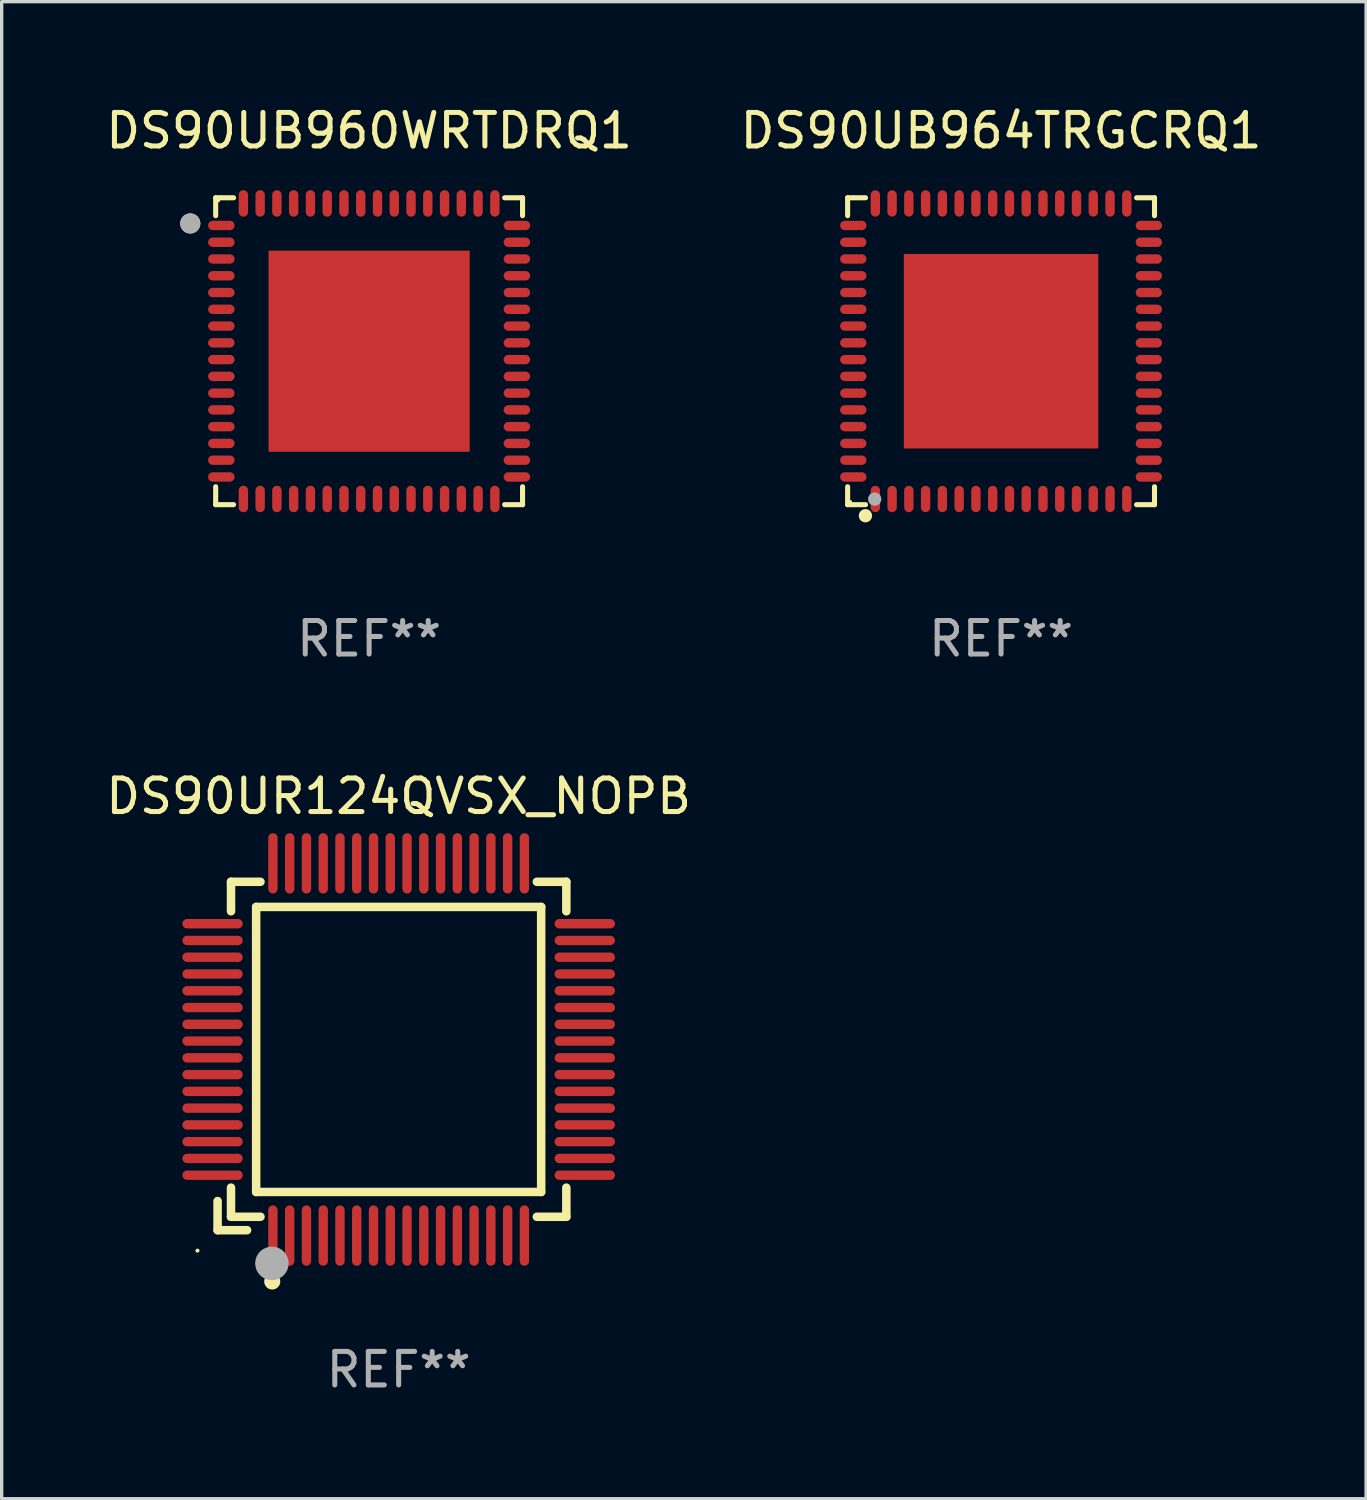
<source format=kicad_pcb>
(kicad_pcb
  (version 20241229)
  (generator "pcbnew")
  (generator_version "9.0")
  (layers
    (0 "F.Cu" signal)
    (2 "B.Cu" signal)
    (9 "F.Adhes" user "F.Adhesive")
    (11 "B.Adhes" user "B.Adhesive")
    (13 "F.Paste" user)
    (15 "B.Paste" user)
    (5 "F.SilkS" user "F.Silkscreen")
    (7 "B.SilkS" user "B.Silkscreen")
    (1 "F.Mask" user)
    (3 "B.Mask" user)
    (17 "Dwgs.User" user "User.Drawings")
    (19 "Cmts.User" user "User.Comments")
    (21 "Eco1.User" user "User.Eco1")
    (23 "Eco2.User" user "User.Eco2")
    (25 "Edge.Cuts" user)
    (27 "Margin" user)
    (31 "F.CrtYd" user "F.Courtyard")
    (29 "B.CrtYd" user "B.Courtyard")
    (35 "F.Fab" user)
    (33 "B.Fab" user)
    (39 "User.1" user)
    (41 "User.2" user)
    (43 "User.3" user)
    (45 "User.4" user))
  (footprint "DS90UR124QVSX_NOPB"
    (layer "F.Cu")
    (at 8.839 28.247)
    (property "Reference" "DS90UR124QVSX_NOPB" (at 0 -7.55 0) (layer "F.SilkS") (effects (font (size 1 1) (thickness 0.15))))
    (attr through_hole)
    (fp_line (start -5.4 4.521) (end -5.4 5.39) (stroke (width 0.254) (type solid)) (layer "F.SilkS"))
    (fp_line (start -5.4 5.39) (end -4.521 5.39) (stroke (width 0.254) (type solid)) (layer "F.SilkS"))
    (fp_line (start -5 -5) (end -5 -4.121) (stroke (width 0.254) (type solid)) (layer "F.SilkS"))
    (fp_line (start -5 4.121) (end -5 4.99) (stroke (width 0.254) (type solid)) (layer "F.SilkS"))
    (fp_line (start -5 4.99) (end -4.121 4.99) (stroke (width 0.254) (type solid)) (layer "F.SilkS"))
    (fp_line (start -4.25 -4.25) (end -4.25 4.25) (stroke (width 0.254) (type solid)) (layer "F.SilkS"))
    (fp_line (start -4.25 4.25) (end 4.25 4.25) (stroke (width 0.254) (type solid)) (layer "F.SilkS"))
    (fp_line (start -4.121 -5) (end -5 -5) (stroke (width 0.254) (type solid)) (layer "F.SilkS"))
    (fp_line (start 4.121 4.99) (end 5 4.99) (stroke (width 0.254) (type solid)) (layer "F.SilkS"))
    (fp_line (start 4.25 -4.25) (end -4.25 -4.25) (stroke (width 0.254) (type solid)) (layer "F.SilkS"))
    (fp_line (start 4.25 4.25) (end 4.25 -4.25) (stroke (width 0.254) (type solid)) (layer "F.SilkS"))
    (fp_line (start 5 -5) (end 4.121 -5) (stroke (width 0.254) (type solid)) (layer "F.SilkS"))
    (fp_line (start 5 -4.121) (end 5 -5) (stroke (width 0.254) (type solid)) (layer "F.SilkS"))
    (fp_line (start 5 4.99) (end 5 4.121) (stroke (width 0.254) (type solid)) (layer "F.SilkS"))
    (fp_circle (center -6 6) (end -5.97 6) (stroke (width 0.06) (type solid)) (fill no) (layer "F.SilkS"))
    (fp_circle (center -3.77 6.92) (end -3.65 6.92) (stroke (width 0.24) (type solid)) (fill no) (layer "F.SilkS"))
    (fp_circle (center -3.78 6.38) (end -3.53 6.38) (stroke (width 0.5) (type solid)) (fill no) (layer "F.Fab"))
    (fp_text user "REF**" (at 0 9.55 0) (layer "F.Fab") (effects (font (size 1 1) (thickness 0.15))))
    (pad "1" smd oval (at -3.75 5.55) (size 0.28 1.8) (layers "F.Cu" "F.Mask" "F.Paste"))
    (pad "2" smd oval (at -3.25 5.55) (size 0.28 1.8) (layers "F.Cu" "F.Mask" "F.Paste"))
    (pad "3" smd oval (at -2.75 5.55) (size 0.28 1.8) (layers "F.Cu" "F.Mask" "F.Paste"))
    (pad "4" smd oval (at -2.25 5.55) (size 0.28 1.8) (layers "F.Cu" "F.Mask" "F.Paste"))
    (pad "5" smd oval (at -1.75 5.55) (size 0.28 1.8) (layers "F.Cu" "F.Mask" "F.Paste"))
    (pad "6" smd oval (at -1.25 5.55) (size 0.28 1.8) (layers "F.Cu" "F.Mask" "F.Paste"))
    (pad "7" smd oval (at -0.75 5.55) (size 0.28 1.8) (layers "F.Cu" "F.Mask" "F.Paste"))
    (pad "8" smd oval (at -0.25 5.55) (size 0.28 1.8) (layers "F.Cu" "F.Mask" "F.Paste"))
    (pad "9" smd oval (at 0.25 5.55) (size 0.28 1.8) (layers "F.Cu" "F.Mask" "F.Paste"))
    (pad "10" smd oval (at 0.75 5.55) (size 0.28 1.8) (layers "F.Cu" "F.Mask" "F.Paste"))
    (pad "11" smd oval (at 1.25 5.55) (size 0.28 1.8) (layers "F.Cu" "F.Mask" "F.Paste"))
    (pad "12" smd oval (at 1.75 5.55) (size 0.28 1.8) (layers "F.Cu" "F.Mask" "F.Paste"))
    (pad "13" smd oval (at 2.25 5.55) (size 0.28 1.8) (layers "F.Cu" "F.Mask" "F.Paste"))
    (pad "14" smd oval (at 2.75 5.55) (size 0.28 1.8) (layers "F.Cu" "F.Mask" "F.Paste"))
    (pad "15" smd oval (at 3.25 5.55) (size 0.28 1.8) (layers "F.Cu" "F.Mask" "F.Paste"))
    (pad "16" smd oval (at 3.75 5.55) (size 0.28 1.8) (layers "F.Cu" "F.Mask" "F.Paste"))
    (pad "17" smd oval (at 5.55 3.75) (size 1.8 0.28) (layers "F.Cu" "F.Mask" "F.Paste"))
    (pad "18" smd oval (at 5.55 3.25) (size 1.8 0.28) (layers "F.Cu" "F.Mask" "F.Paste"))
    (pad "19" smd oval (at 5.55 2.75) (size 1.8 0.28) (layers "F.Cu" "F.Mask" "F.Paste"))
    (pad "20" smd oval (at 5.55 2.25) (size 1.8 0.28) (layers "F.Cu" "F.Mask" "F.Paste"))
    (pad "21" smd oval (at 5.55 1.75) (size 1.8 0.28) (layers "F.Cu" "F.Mask" "F.Paste"))
    (pad "22" smd oval (at 5.55 1.25) (size 1.8 0.28) (layers "F.Cu" "F.Mask" "F.Paste"))
    (pad "23" smd oval (at 5.55 0.75) (size 1.8 0.28) (layers "F.Cu" "F.Mask" "F.Paste"))
    (pad "24" smd oval (at 5.55 0.25) (size 1.8 0.28) (layers "F.Cu" "F.Mask" "F.Paste"))
    (pad "25" smd oval (at 5.55 -0.25) (size 1.8 0.28) (layers "F.Cu" "F.Mask" "F.Paste"))
    (pad "26" smd oval (at 5.55 -0.75) (size 1.8 0.28) (layers "F.Cu" "F.Mask" "F.Paste"))
    (pad "27" smd oval (at 5.55 -1.25) (size 1.8 0.28) (layers "F.Cu" "F.Mask" "F.Paste"))
    (pad "28" smd oval (at 5.55 -1.75) (size 1.8 0.28) (layers "F.Cu" "F.Mask" "F.Paste"))
    (pad "29" smd oval (at 5.55 -2.25) (size 1.8 0.28) (layers "F.Cu" "F.Mask" "F.Paste"))
    (pad "30" smd oval (at 5.55 -2.75) (size 1.8 0.28) (layers "F.Cu" "F.Mask" "F.Paste"))
    (pad "31" smd oval (at 5.55 -3.25) (size 1.8 0.28) (layers "F.Cu" "F.Mask" "F.Paste"))
    (pad "32" smd oval (at 5.55 -3.75) (size 1.8 0.28) (layers "F.Cu" "F.Mask" "F.Paste"))
    (pad "33" smd oval (at 3.75 -5.55) (size 0.28 1.8) (layers "F.Cu" "F.Mask" "F.Paste"))
    (pad "34" smd oval (at 3.25 -5.55) (size 0.28 1.8) (layers "F.Cu" "F.Mask" "F.Paste"))
    (pad "35" smd oval (at 2.75 -5.55) (size 0.28 1.8) (layers "F.Cu" "F.Mask" "F.Paste"))
    (pad "36" smd oval (at 2.25 -5.55) (size 0.28 1.8) (layers "F.Cu" "F.Mask" "F.Paste"))
    (pad "37" smd oval (at 1.75 -5.55) (size 0.28 1.8) (layers "F.Cu" "F.Mask" "F.Paste"))
    (pad "38" smd oval (at 1.25 -5.55) (size 0.28 1.8) (layers "F.Cu" "F.Mask" "F.Paste"))
    (pad "39" smd oval (at 0.75 -5.55) (size 0.28 1.8) (layers "F.Cu" "F.Mask" "F.Paste"))
    (pad "40" smd oval (at 0.25 -5.55) (size 0.28 1.8) (layers "F.Cu" "F.Mask" "F.Paste"))
    (pad "41" smd oval (at -0.25 -5.55) (size 0.28 1.8) (layers "F.Cu" "F.Mask" "F.Paste"))
    (pad "42" smd oval (at -0.75 -5.55) (size 0.28 1.8) (layers "F.Cu" "F.Mask" "F.Paste"))
    (pad "43" smd oval (at -1.25 -5.55) (size 0.28 1.8) (layers "F.Cu" "F.Mask" "F.Paste"))
    (pad "44" smd oval (at -1.75 -5.55) (size 0.28 1.8) (layers "F.Cu" "F.Mask" "F.Paste"))
    (pad "45" smd oval (at -2.25 -5.55) (size 0.28 1.8) (layers "F.Cu" "F.Mask" "F.Paste"))
    (pad "46" smd oval (at -2.75 -5.55) (size 0.28 1.8) (layers "F.Cu" "F.Mask" "F.Paste"))
    (pad "47" smd oval (at -3.25 -5.55) (size 0.28 1.8) (layers "F.Cu" "F.Mask" "F.Paste"))
    (pad "48" smd oval (at -3.75 -5.55) (size 0.28 1.8) (layers "F.Cu" "F.Mask" "F.Paste"))
    (pad "49" smd oval (at -5.55 -3.75) (size 1.8 0.28) (layers "F.Cu" "F.Mask" "F.Paste"))
    (pad "50" smd oval (at -5.55 -3.25) (size 1.8 0.28) (layers "F.Cu" "F.Mask" "F.Paste"))
    (pad "51" smd oval (at -5.55 -2.75) (size 1.8 0.28) (layers "F.Cu" "F.Mask" "F.Paste"))
    (pad "52" smd oval (at -5.55 -2.25) (size 1.8 0.28) (layers "F.Cu" "F.Mask" "F.Paste"))
    (pad "53" smd oval (at -5.55 -1.75) (size 1.8 0.28) (layers "F.Cu" "F.Mask" "F.Paste"))
    (pad "54" smd oval (at -5.55 -1.25) (size 1.8 0.28) (layers "F.Cu" "F.Mask" "F.Paste"))
    (pad "55" smd oval (at -5.55 -0.75) (size 1.8 0.28) (layers "F.Cu" "F.Mask" "F.Paste"))
    (pad "56" smd oval (at -5.55 -0.25) (size 1.8 0.28) (layers "F.Cu" "F.Mask" "F.Paste"))
    (pad "57" smd oval (at -5.55 0.25) (size 1.8 0.28) (layers "F.Cu" "F.Mask" "F.Paste"))
    (pad "58" smd oval (at -5.55 0.75) (size 1.8 0.28) (layers "F.Cu" "F.Mask" "F.Paste"))
    (pad "59" smd oval (at -5.55 1.25) (size 1.8 0.28) (layers "F.Cu" "F.Mask" "F.Paste"))
    (pad "60" smd oval (at -5.55 1.75) (size 1.8 0.28) (layers "F.Cu" "F.Mask" "F.Paste"))
    (pad "61" smd oval (at -5.55 2.25) (size 1.8 0.28) (layers "F.Cu" "F.Mask" "F.Paste"))
    (pad "62" smd oval (at -5.55 2.75) (size 1.8 0.28) (layers "F.Cu" "F.Mask" "F.Paste"))
    (pad "63" smd oval (at -5.55 3.25) (size 1.8 0.28) (layers "F.Cu" "F.Mask" "F.Paste"))
    (pad "64" smd oval (at -5.55 3.75) (size 1.8 0.28) (layers "F.Cu" "F.Mask" "F.Paste")))
  (footprint "DS90UB964TRGCRQ1"
    (layer "F.Cu")
    (at 26.804 7.424)
    (property "Reference" "DS90UB964TRGCRQ1" (at 0 -6.576 0) (layer "F.SilkS") (effects (font (size 1 1) (thickness 0.15))))
    (attr through_hole)
    (fp_line (start -4.576 -4.576) (end -4.576 -4.042) (stroke (width 0.152) (type solid)) (layer "F.SilkS"))
    (fp_line (start -4.576 4.576) (end -4.576 4.042) (stroke (width 0.152) (type solid)) (layer "F.SilkS"))
    (fp_line (start -4.042 -4.576) (end -4.576 -4.576) (stroke (width 0.152) (type solid)) (layer "F.SilkS"))
    (fp_line (start -4.042 4.576) (end -4.576 4.576) (stroke (width 0.152) (type solid)) (layer "F.SilkS"))
    (fp_line (start 4.042 -4.576) (end 4.576 -4.576) (stroke (width 0.152) (type solid)) (layer "F.SilkS"))
    (fp_line (start 4.042 4.576) (end 4.576 4.576) (stroke (width 0.152) (type solid)) (layer "F.SilkS"))
    (fp_line (start 4.576 -4.576) (end 4.576 -4.042) (stroke (width 0.152) (type solid)) (layer "F.SilkS"))
    (fp_line (start 4.576 4.576) (end 4.576 4.042) (stroke (width 0.152) (type solid)) (layer "F.SilkS"))
    (fp_circle (center -4.5 4.5) (end -4.47 4.5) (stroke (width 0.06) (type solid)) (fill no) (layer "F.SilkS"))
    (fp_circle (center -4.045 4.906) (end -3.945 4.906) (stroke (width 0.2) (type solid)) (fill no) (layer "F.SilkS"))
    (fp_circle (center -3.769 4.41) (end -3.669 4.41) (stroke (width 0.2) (type solid)) (fill no) (layer "F.Fab"))
    (fp_text user "REF**" (at 0 8.576 0) (layer "F.Fab") (effects (font (size 1 1) (thickness 0.15))))
    (pad "1" smd oval (at -3.75 4.407) (size 0.28 0.785) (layers "F.Cu" "F.Mask" "F.Paste"))
    (pad "2" smd oval (at -3.25 4.407) (size 0.28 0.785) (layers "F.Cu" "F.Mask" "F.Paste"))
    (pad "3" smd oval (at -2.75 4.407) (size 0.28 0.785) (layers "F.Cu" "F.Mask" "F.Paste"))
    (pad "4" smd oval (at -2.25 4.407) (size 0.28 0.785) (layers "F.Cu" "F.Mask" "F.Paste"))
    (pad "5" smd oval (at -1.75 4.407) (size 0.28 0.785) (layers "F.Cu" "F.Mask" "F.Paste"))
    (pad "6" smd oval (at -1.25 4.407) (size 0.28 0.785) (layers "F.Cu" "F.Mask" "F.Paste"))
    (pad "7" smd oval (at -0.75 4.407) (size 0.28 0.785) (layers "F.Cu" "F.Mask" "F.Paste"))
    (pad "8" smd oval (at -0.25 4.407) (size 0.28 0.785) (layers "F.Cu" "F.Mask" "F.Paste"))
    (pad "9" smd oval (at 0.25 4.407) (size 0.28 0.785) (layers "F.Cu" "F.Mask" "F.Paste"))
    (pad "10" smd oval (at 0.75 4.407) (size 0.28 0.785) (layers "F.Cu" "F.Mask" "F.Paste"))
    (pad "11" smd oval (at 1.25 4.407) (size 0.28 0.785) (layers "F.Cu" "F.Mask" "F.Paste"))
    (pad "12" smd oval (at 1.75 4.407) (size 0.28 0.785) (layers "F.Cu" "F.Mask" "F.Paste"))
    (pad "13" smd oval (at 2.25 4.407) (size 0.28 0.785) (layers "F.Cu" "F.Mask" "F.Paste"))
    (pad "14" smd oval (at 2.75 4.407) (size 0.28 0.785) (layers "F.Cu" "F.Mask" "F.Paste"))
    (pad "15" smd oval (at 3.25 4.407) (size 0.28 0.785) (layers "F.Cu" "F.Mask" "F.Paste"))
    (pad "16" smd oval (at 3.75 4.407) (size 0.28 0.785) (layers "F.Cu" "F.Mask" "F.Paste"))
    (pad "17" smd oval (at 4.407 3.75) (size 0.785 0.28) (layers "F.Cu" "F.Mask" "F.Paste"))
    (pad "18" smd oval (at 4.407 3.25) (size 0.785 0.28) (layers "F.Cu" "F.Mask" "F.Paste"))
    (pad "19" smd oval (at 4.407 2.75) (size 0.785 0.28) (layers "F.Cu" "F.Mask" "F.Paste"))
    (pad "20" smd oval (at 4.407 2.25) (size 0.785 0.28) (layers "F.Cu" "F.Mask" "F.Paste"))
    (pad "21" smd oval (at 4.407 1.75) (size 0.785 0.28) (layers "F.Cu" "F.Mask" "F.Paste"))
    (pad "22" smd oval (at 4.407 1.25) (size 0.785 0.28) (layers "F.Cu" "F.Mask" "F.Paste"))
    (pad "23" smd oval (at 4.407 0.75) (size 0.785 0.28) (layers "F.Cu" "F.Mask" "F.Paste"))
    (pad "24" smd oval (at 4.407 0.25) (size 0.785 0.28) (layers "F.Cu" "F.Mask" "F.Paste"))
    (pad "25" smd oval (at 4.407 -0.25) (size 0.785 0.28) (layers "F.Cu" "F.Mask" "F.Paste"))
    (pad "26" smd oval (at 4.407 -0.75) (size 0.785 0.28) (layers "F.Cu" "F.Mask" "F.Paste"))
    (pad "27" smd oval (at 4.407 -1.25) (size 0.785 0.28) (layers "F.Cu" "F.Mask" "F.Paste"))
    (pad "28" smd oval (at 4.407 -1.75) (size 0.785 0.28) (layers "F.Cu" "F.Mask" "F.Paste"))
    (pad "29" smd oval (at 4.407 -2.25) (size 0.785 0.28) (layers "F.Cu" "F.Mask" "F.Paste"))
    (pad "30" smd oval (at 4.407 -2.75) (size 0.785 0.28) (layers "F.Cu" "F.Mask" "F.Paste"))
    (pad "31" smd oval (at 4.407 -3.25) (size 0.785 0.28) (layers "F.Cu" "F.Mask" "F.Paste"))
    (pad "32" smd oval (at 4.407 -3.75) (size 0.785 0.28) (layers "F.Cu" "F.Mask" "F.Paste"))
    (pad "33" smd oval (at 3.75 -4.407) (size 0.28 0.785) (layers "F.Cu" "F.Mask" "F.Paste"))
    (pad "34" smd oval (at 3.25 -4.407) (size 0.28 0.785) (layers "F.Cu" "F.Mask" "F.Paste"))
    (pad "35" smd oval (at 2.75 -4.407) (size 0.28 0.785) (layers "F.Cu" "F.Mask" "F.Paste"))
    (pad "36" smd oval (at 2.25 -4.407) (size 0.28 0.785) (layers "F.Cu" "F.Mask" "F.Paste"))
    (pad "37" smd oval (at 1.75 -4.407) (size 0.28 0.785) (layers "F.Cu" "F.Mask" "F.Paste"))
    (pad "38" smd oval (at 1.25 -4.407) (size 0.28 0.785) (layers "F.Cu" "F.Mask" "F.Paste"))
    (pad "39" smd oval (at 0.75 -4.407) (size 0.28 0.785) (layers "F.Cu" "F.Mask" "F.Paste"))
    (pad "40" smd oval (at 0.25 -4.407) (size 0.28 0.785) (layers "F.Cu" "F.Mask" "F.Paste"))
    (pad "41" smd oval (at -0.25 -4.407) (size 0.28 0.785) (layers "F.Cu" "F.Mask" "F.Paste"))
    (pad "42" smd oval (at -0.75 -4.407) (size 0.28 0.785) (layers "F.Cu" "F.Mask" "F.Paste"))
    (pad "43" smd oval (at -1.25 -4.407) (size 0.28 0.785) (layers "F.Cu" "F.Mask" "F.Paste"))
    (pad "44" smd oval (at -1.75 -4.407) (size 0.28 0.785) (layers "F.Cu" "F.Mask" "F.Paste"))
    (pad "45" smd oval (at -2.25 -4.407) (size 0.28 0.785) (layers "F.Cu" "F.Mask" "F.Paste"))
    (pad "46" smd oval (at -2.75 -4.407) (size 0.28 0.785) (layers "F.Cu" "F.Mask" "F.Paste"))
    (pad "47" smd oval (at -3.25 -4.407) (size 0.28 0.785) (layers "F.Cu" "F.Mask" "F.Paste"))
    (pad "48" smd oval (at -3.75 -4.407) (size 0.28 0.785) (layers "F.Cu" "F.Mask" "F.Paste"))
    (pad "49" smd oval (at -4.407 -3.75) (size 0.785 0.28) (layers "F.Cu" "F.Mask" "F.Paste"))
    (pad "50" smd oval (at -4.407 -3.25) (size 0.785 0.28) (layers "F.Cu" "F.Mask" "F.Paste"))
    (pad "51" smd oval (at -4.407 -2.75) (size 0.785 0.28) (layers "F.Cu" "F.Mask" "F.Paste"))
    (pad "52" smd oval (at -4.407 -2.25) (size 0.785 0.28) (layers "F.Cu" "F.Mask" "F.Paste"))
    (pad "53" smd oval (at -4.407 -1.75) (size 0.785 0.28) (layers "F.Cu" "F.Mask" "F.Paste"))
    (pad "54" smd oval (at -4.407 -1.25) (size 0.785 0.28) (layers "F.Cu" "F.Mask" "F.Paste"))
    (pad "55" smd oval (at -4.407 -0.75) (size 0.785 0.28) (layers "F.Cu" "F.Mask" "F.Paste"))
    (pad "56" smd oval (at -4.407 -0.25) (size 0.785 0.28) (layers "F.Cu" "F.Mask" "F.Paste"))
    (pad "57" smd oval (at -4.407 0.25) (size 0.785 0.28) (layers "F.Cu" "F.Mask" "F.Paste"))
    (pad "58" smd oval (at -4.407 0.75) (size 0.785 0.28) (layers "F.Cu" "F.Mask" "F.Paste"))
    (pad "59" smd oval (at -4.407 1.25) (size 0.785 0.28) (layers "F.Cu" "F.Mask" "F.Paste"))
    (pad "60" smd oval (at -4.407 1.75) (size 0.785 0.28) (layers "F.Cu" "F.Mask" "F.Paste"))
    (pad "61" smd oval (at -4.407 2.25) (size 0.785 0.28) (layers "F.Cu" "F.Mask" "F.Paste"))
    (pad "62" smd oval (at -4.407 2.75) (size 0.785 0.28) (layers "F.Cu" "F.Mask" "F.Paste"))
    (pad "63" smd oval (at -4.407 3.25) (size 0.785 0.28) (layers "F.Cu" "F.Mask" "F.Paste"))
    (pad "64" smd oval (at -4.407 3.75) (size 0.785 0.28) (layers "F.Cu" "F.Mask" "F.Paste"))
    (pad "65" smd rect (at 0 0) (size 5.8 5.8) (layers "F.Cu" "F.Mask" "F.Paste")))
  (footprint "DS90UB960WRTDRQ1"
    (layer "F.Cu")
    (at 7.958 7.424)
    (property "Reference" "DS90UB960WRTDRQ1" (at 0 -6.576 0) (layer "F.SilkS") (effects (font (size 1 1) (thickness 0.15))))
    (attr through_hole)
    (fp_line (start -4.576 -4.576) (end -4.042 -4.576) (stroke (width 0.152) (type solid)) (layer "F.SilkS"))
    (fp_line (start -4.576 -4.042) (end -4.576 -4.576) (stroke (width 0.152) (type solid)) (layer "F.SilkS"))
    (fp_line (start -4.576 4.042) (end -4.576 4.576) (stroke (width 0.152) (type solid)) (layer "F.SilkS"))
    (fp_line (start -4.576 4.576) (end -4.042 4.576) (stroke (width 0.152) (type solid)) (layer "F.SilkS"))
    (fp_line (start 4.576 -4.576) (end 4.042 -4.576) (stroke (width 0.152) (type solid)) (layer "F.SilkS"))
    (fp_line (start 4.576 -4.042) (end 4.576 -4.576) (stroke (width 0.152) (type solid)) (layer "F.SilkS"))
    (fp_line (start 4.576 4.042) (end 4.576 4.576) (stroke (width 0.152) (type solid)) (layer "F.SilkS"))
    (fp_line (start 4.576 4.576) (end 4.042 4.576) (stroke (width 0.152) (type solid)) (layer "F.SilkS"))
    (fp_circle (center -5.334 -3.81) (end -5.184 -3.81) (stroke (width 0.3) (type solid)) (fill no) (layer "F.SilkS"))
    (fp_circle (center -4.5 -4.5) (end -4.47 -4.5) (stroke (width 0.06) (type solid)) (fill no) (layer "F.SilkS"))
    (fp_circle (center -5.334 -3.81) (end -5.184 -3.81) (stroke (width 0.3) (type solid)) (fill no) (layer "F.Fab"))
    (fp_text user "REF**" (at 0 8.576 0) (layer "F.Fab") (effects (font (size 1 1) (thickness 0.15))))
    (pad "1" smd oval (at -4.407 -3.75) (size 0.79 0.28) (layers "F.Cu" "F.Mask" "F.Paste"))
    (pad "2" smd oval (at -4.407 -3.25) (size 0.79 0.28) (layers "F.Cu" "F.Mask" "F.Paste"))
    (pad "3" smd oval (at -4.407 -2.75) (size 0.79 0.28) (layers "F.Cu" "F.Mask" "F.Paste"))
    (pad "4" smd oval (at -4.407 -2.25) (size 0.79 0.28) (layers "F.Cu" "F.Mask" "F.Paste"))
    (pad "5" smd oval (at -4.407 -1.75) (size 0.79 0.28) (layers "F.Cu" "F.Mask" "F.Paste"))
    (pad "6" smd oval (at -4.407 -1.25) (size 0.79 0.28) (layers "F.Cu" "F.Mask" "F.Paste"))
    (pad "7" smd oval (at -4.407 -0.75) (size 0.79 0.28) (layers "F.Cu" "F.Mask" "F.Paste"))
    (pad "8" smd oval (at -4.407 -0.25) (size 0.79 0.28) (layers "F.Cu" "F.Mask" "F.Paste"))
    (pad "9" smd oval (at -4.407 0.25) (size 0.79 0.28) (layers "F.Cu" "F.Mask" "F.Paste"))
    (pad "10" smd oval (at -4.407 0.75) (size 0.79 0.28) (layers "F.Cu" "F.Mask" "F.Paste"))
    (pad "11" smd oval (at -4.407 1.25) (size 0.79 0.28) (layers "F.Cu" "F.Mask" "F.Paste"))
    (pad "12" smd oval (at -4.407 1.75) (size 0.79 0.28) (layers "F.Cu" "F.Mask" "F.Paste"))
    (pad "13" smd oval (at -4.407 2.25) (size 0.79 0.28) (layers "F.Cu" "F.Mask" "F.Paste"))
    (pad "14" smd oval (at -4.407 2.75) (size 0.79 0.28) (layers "F.Cu" "F.Mask" "F.Paste"))
    (pad "15" smd oval (at -4.407 3.25) (size 0.79 0.28) (layers "F.Cu" "F.Mask" "F.Paste"))
    (pad "16" smd oval (at -4.407 3.75) (size 0.79 0.28) (layers "F.Cu" "F.Mask" "F.Paste"))
    (pad "17" smd oval (at -3.75 4.407) (size 0.28 0.79) (layers "F.Cu" "F.Mask" "F.Paste"))
    (pad "18" smd oval (at -3.25 4.407) (size 0.28 0.79) (layers "F.Cu" "F.Mask" "F.Paste"))
    (pad "19" smd oval (at -2.75 4.407) (size 0.28 0.79) (layers "F.Cu" "F.Mask" "F.Paste"))
    (pad "20" smd oval (at -2.25 4.407) (size 0.28 0.79) (layers "F.Cu" "F.Mask" "F.Paste"))
    (pad "21" smd oval (at -1.75 4.407) (size 0.28 0.79) (layers "F.Cu" "F.Mask" "F.Paste"))
    (pad "22" smd oval (at -1.25 4.407) (size 0.28 0.79) (layers "F.Cu" "F.Mask" "F.Paste"))
    (pad "23" smd oval (at -0.75 4.407) (size 0.28 0.79) (layers "F.Cu" "F.Mask" "F.Paste"))
    (pad "24" smd oval (at -0.25 4.407) (size 0.28 0.79) (layers "F.Cu" "F.Mask" "F.Paste"))
    (pad "25" smd oval (at 0.25 4.407) (size 0.28 0.79) (layers "F.Cu" "F.Mask" "F.Paste"))
    (pad "26" smd oval (at 0.75 4.407) (size 0.28 0.79) (layers "F.Cu" "F.Mask" "F.Paste"))
    (pad "27" smd oval (at 1.25 4.407) (size 0.28 0.79) (layers "F.Cu" "F.Mask" "F.Paste"))
    (pad "28" smd oval (at 1.75 4.407) (size 0.28 0.79) (layers "F.Cu" "F.Mask" "F.Paste"))
    (pad "29" smd oval (at 2.25 4.407) (size 0.28 0.79) (layers "F.Cu" "F.Mask" "F.Paste"))
    (pad "30" smd oval (at 2.75 4.407) (size 0.28 0.79) (layers "F.Cu" "F.Mask" "F.Paste"))
    (pad "31" smd oval (at 3.25 4.407) (size 0.28 0.79) (layers "F.Cu" "F.Mask" "F.Paste"))
    (pad "32" smd oval (at 3.75 4.407) (size 0.28 0.79) (layers "F.Cu" "F.Mask" "F.Paste"))
    (pad "33" smd oval (at 4.407 3.75) (size 0.79 0.28) (layers "F.Cu" "F.Mask" "F.Paste"))
    (pad "34" smd oval (at 4.407 3.25) (size 0.79 0.28) (layers "F.Cu" "F.Mask" "F.Paste"))
    (pad "35" smd oval (at 4.407 2.75) (size 0.79 0.28) (layers "F.Cu" "F.Mask" "F.Paste"))
    (pad "36" smd oval (at 4.407 2.25) (size 0.79 0.28) (layers "F.Cu" "F.Mask" "F.Paste"))
    (pad "37" smd oval (at 4.407 1.75) (size 0.79 0.28) (layers "F.Cu" "F.Mask" "F.Paste"))
    (pad "38" smd oval (at 4.407 1.25) (size 0.79 0.28) (layers "F.Cu" "F.Mask" "F.Paste"))
    (pad "39" smd oval (at 4.407 0.75) (size 0.79 0.28) (layers "F.Cu" "F.Mask" "F.Paste"))
    (pad "40" smd oval (at 4.407 0.25) (size 0.79 0.28) (layers "F.Cu" "F.Mask" "F.Paste"))
    (pad "41" smd oval (at 4.407 -0.25) (size 0.79 0.28) (layers "F.Cu" "F.Mask" "F.Paste"))
    (pad "42" smd oval (at 4.407 -0.75) (size 0.79 0.28) (layers "F.Cu" "F.Mask" "F.Paste"))
    (pad "43" smd oval (at 4.407 -1.25) (size 0.79 0.28) (layers "F.Cu" "F.Mask" "F.Paste"))
    (pad "44" smd oval (at 4.407 -1.75) (size 0.79 0.28) (layers "F.Cu" "F.Mask" "F.Paste"))
    (pad "45" smd oval (at 4.407 -2.25) (size 0.79 0.28) (layers "F.Cu" "F.Mask" "F.Paste"))
    (pad "46" smd oval (at 4.407 -2.75) (size 0.79 0.28) (layers "F.Cu" "F.Mask" "F.Paste"))
    (pad "47" smd oval (at 4.407 -3.25) (size 0.79 0.28) (layers "F.Cu" "F.Mask" "F.Paste"))
    (pad "48" smd oval (at 4.407 -3.75) (size 0.79 0.28) (layers "F.Cu" "F.Mask" "F.Paste"))
    (pad "49" smd oval (at 3.75 -4.407) (size 0.28 0.79) (layers "F.Cu" "F.Mask" "F.Paste"))
    (pad "50" smd oval (at 3.25 -4.407) (size 0.28 0.79) (layers "F.Cu" "F.Mask" "F.Paste"))
    (pad "51" smd oval (at 2.75 -4.407) (size 0.28 0.79) (layers "F.Cu" "F.Mask" "F.Paste"))
    (pad "52" smd oval (at 2.25 -4.407) (size 0.28 0.79) (layers "F.Cu" "F.Mask" "F.Paste"))
    (pad "53" smd oval (at 1.75 -4.407) (size 0.28 0.79) (layers "F.Cu" "F.Mask" "F.Paste"))
    (pad "54" smd oval (at 1.25 -4.407) (size 0.28 0.79) (layers "F.Cu" "F.Mask" "F.Paste"))
    (pad "55" smd oval (at 0.75 -4.407) (size 0.28 0.79) (layers "F.Cu" "F.Mask" "F.Paste"))
    (pad "56" smd oval (at 0.25 -4.407) (size 0.28 0.79) (layers "F.Cu" "F.Mask" "F.Paste"))
    (pad "57" smd oval (at -0.25 -4.407) (size 0.28 0.79) (layers "F.Cu" "F.Mask" "F.Paste"))
    (pad "58" smd oval (at -0.75 -4.407) (size 0.28 0.79) (layers "F.Cu" "F.Mask" "F.Paste"))
    (pad "59" smd oval (at -1.25 -4.407) (size 0.28 0.79) (layers "F.Cu" "F.Mask" "F.Paste"))
    (pad "60" smd oval (at -1.75 -4.407) (size 0.28 0.79) (layers "F.Cu" "F.Mask" "F.Paste"))
    (pad "61" smd oval (at -2.25 -4.407) (size 0.28 0.79) (layers "F.Cu" "F.Mask" "F.Paste"))
    (pad "62" smd oval (at -2.75 -4.407) (size 0.28 0.79) (layers "F.Cu" "F.Mask" "F.Paste"))
    (pad "63" smd oval (at -3.25 -4.407) (size 0.28 0.79) (layers "F.Cu" "F.Mask" "F.Paste"))
    (pad "64" smd oval (at -3.75 -4.407) (size 0.28 0.79) (layers "F.Cu" "F.Mask" "F.Paste"))
    (pad "65" smd rect (at 0 0) (size 6 6) (layers "F.Cu" "F.Mask" "F.Paste")))
  (gr_rect
    (start -3 -3)
    (end 37.69 41.645)
    (stroke (width 0.1) (type default))
    (fill no)
    (layer "Edge.Cuts")))
</source>
